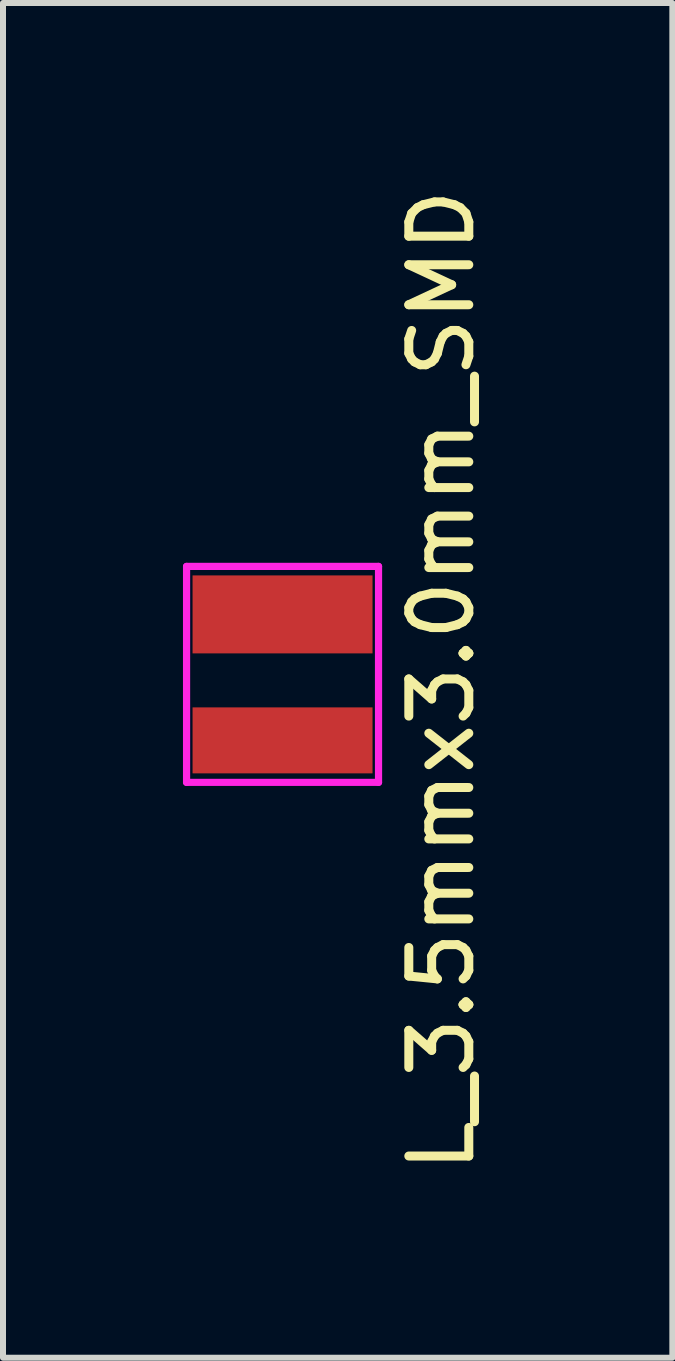
<source format=kicad_pcb>
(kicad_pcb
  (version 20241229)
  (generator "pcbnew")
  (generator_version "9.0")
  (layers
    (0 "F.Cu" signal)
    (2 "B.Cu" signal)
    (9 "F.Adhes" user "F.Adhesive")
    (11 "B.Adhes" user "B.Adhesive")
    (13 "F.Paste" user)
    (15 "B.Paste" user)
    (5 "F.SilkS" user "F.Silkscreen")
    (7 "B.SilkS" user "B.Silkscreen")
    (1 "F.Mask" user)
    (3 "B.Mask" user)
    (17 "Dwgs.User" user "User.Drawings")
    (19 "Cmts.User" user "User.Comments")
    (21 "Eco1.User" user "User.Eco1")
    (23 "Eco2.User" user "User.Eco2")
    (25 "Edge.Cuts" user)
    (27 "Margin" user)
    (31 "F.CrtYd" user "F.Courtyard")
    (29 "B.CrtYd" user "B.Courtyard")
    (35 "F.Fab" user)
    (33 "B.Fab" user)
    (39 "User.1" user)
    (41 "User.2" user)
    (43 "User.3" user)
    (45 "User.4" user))
  (footprint "L_3.5mmx3.0mm_SMD"
    (layer "F.Cu")
    (at 1.66 8.292)
    (property "Reference" "L_3.5mmx3.0mm_SMD" (at 2.65 0 90) (layer "F.SilkS") (effects (font (size 1 1) (thickness 0.15))))
    (attr through_hole)
    (fp_line (start -1.6 -1.9) (end -1.6 1.7) (stroke (width 0.12) (type solid)) (layer "F.CrtYd"))
    (fp_line (start -1.6 1.7) (end 1.6 1.7) (stroke (width 0.12) (type solid)) (layer "F.CrtYd"))
    (fp_line (start 1.6 -1.9) (end -1.6 -1.9) (stroke (width 0.12) (type solid)) (layer "F.CrtYd"))
    (fp_line (start 1.6 1.7) (end 1.6 -1.9) (stroke (width 0.12) (type solid)) (layer "F.CrtYd"))
    (pad "1" smd rect (at 0 -1.1) (size 3 1.3) (layers "F.Cu" "F.Mask" "F.Paste"))
    (pad "2" smd rect (at 0 1) (size 3 1.1) (layers "F.Cu" "F.Mask" "F.Paste")))
  (gr_rect
    (start -3 -3)
    (end 8.158 19.583)
    (stroke (width 0.1) (type default))
    (fill no)
    (layer "Edge.Cuts")))
</source>
